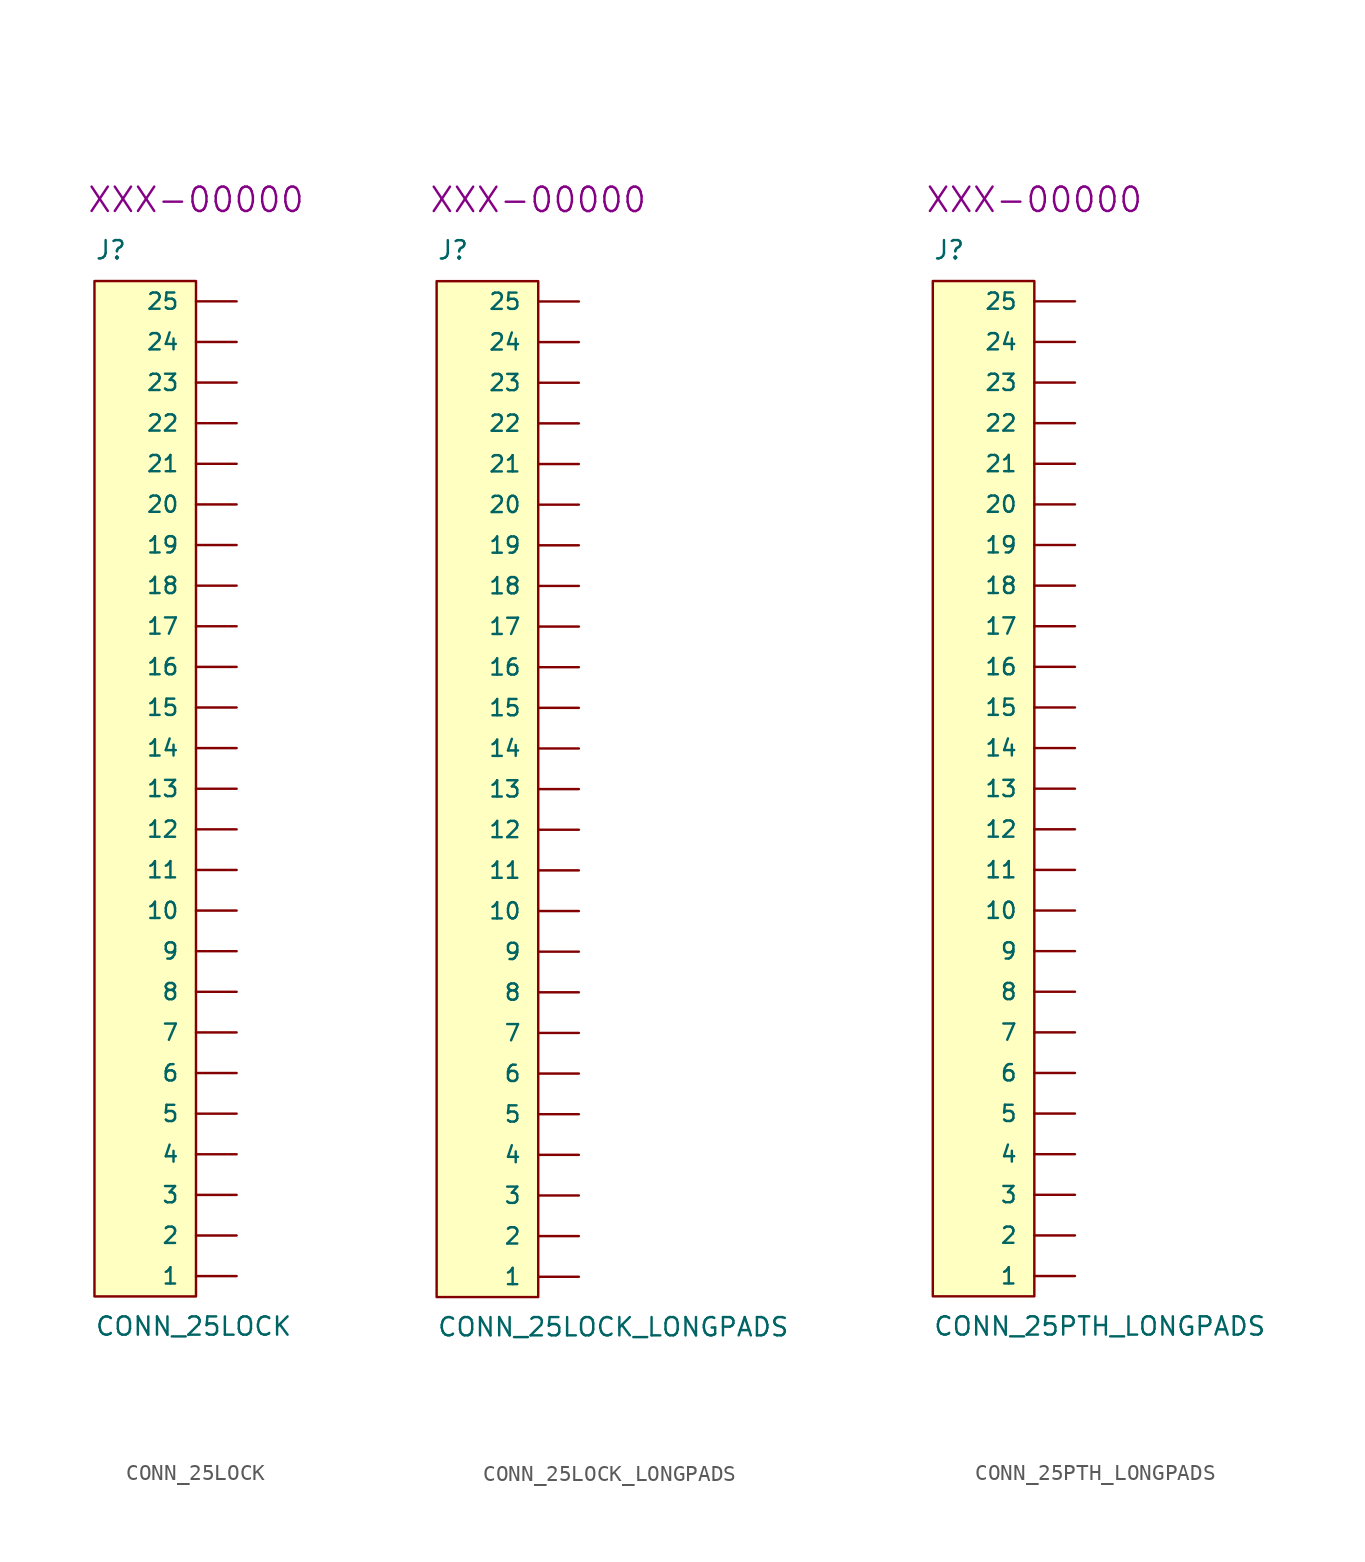
<source format=kicad_sym>
(kicad_symbol_lib
  (version 20220914)
  (generator kicad_symbol_editor)
  (symbol "CONN_25LOCK"
    (pin_numbers hide)
    (pin_names
      (offset 1.016))
    (property "Reference" "J"
      (at -6.35 63.5 0)
      (effects (font (size 1.143 1.143)) (justify left bottom)))
    (property "Value" "CONN_25LOCK"
      (at -6.35 -3.81 0)
      (effects (font (size 1.143 1.143)) (justify left bottom)))
    (property "Field4" "XXX-00000"
      (at 0 67.31 0)
      (effects (font (size 1.524 1.524))))
    (property "ki_locked" ""
      (at 0 0 0)
      (effects (font (size 1.27 1.27))))
    (symbol "CONN_25LOCK_0_1"
      (rectangle (start 0 -1.27) (end -6.35 62.23) (stroke (width 0) (type solid)) (fill (type background))))
    (symbol "CONN_25LOCK_1_1"
      (pin passive line (at 2.54 0 180) (length 2.54) (name "1" (effects (font (size 1.016 1.016)))) (number "1" (effects (font (size 1.016 1.016)))))
      (pin passive line (at 2.54 22.86 180) (length 2.54) (name "10" (effects (font (size 1.016 1.016)))) (number "10" (effects (font (size 1.016 1.016)))))
      (pin passive line (at 2.54 25.4 180) (length 2.54) (name "11" (effects (font (size 1.016 1.016)))) (number "11" (effects (font (size 1.016 1.016)))))
      (pin passive line (at 2.54 27.94 180) (length 2.54) (name "12" (effects (font (size 1.016 1.016)))) (number "12" (effects (font (size 1.016 1.016)))))
      (pin passive line (at 2.54 30.48 180) (length 2.54) (name "13" (effects (font (size 1.016 1.016)))) (number "13" (effects (font (size 1.016 1.016)))))
      (pin passive line (at 2.54 33.02 180) (length 2.54) (name "14" (effects (font (size 1.016 1.016)))) (number "14" (effects (font (size 1.016 1.016)))))
      (pin passive line (at 2.54 35.56 180) (length 2.54) (name "15" (effects (font (size 1.016 1.016)))) (number "15" (effects (font (size 1.016 1.016)))))
      (pin passive line (at 2.54 38.1 180) (length 2.54) (name "16" (effects (font (size 1.016 1.016)))) (number "16" (effects (font (size 1.016 1.016)))))
      (pin passive line (at 2.54 40.64 180) (length 2.54) (name "17" (effects (font (size 1.016 1.016)))) (number "17" (effects (font (size 1.016 1.016)))))
      (pin passive line (at 2.54 43.18 180) (length 2.54) (name "18" (effects (font (size 1.016 1.016)))) (number "18" (effects (font (size 1.016 1.016)))))
      (pin passive line (at 2.54 45.72 180) (length 2.54) (name "19" (effects (font (size 1.016 1.016)))) (number "19" (effects (font (size 1.016 1.016)))))
      (pin passive line (at 2.54 2.54 180) (length 2.54) (name "2" (effects (font (size 1.016 1.016)))) (number "2" (effects (font (size 1.016 1.016)))))
      (pin passive line (at 2.54 48.26 180) (length 2.54) (name "20" (effects (font (size 1.016 1.016)))) (number "20" (effects (font (size 1.016 1.016)))))
      (pin passive line (at 2.54 50.8 180) (length 2.54) (name "21" (effects (font (size 1.016 1.016)))) (number "21" (effects (font (size 1.016 1.016)))))
      (pin passive line (at 2.54 53.34 180) (length 2.54) (name "22" (effects (font (size 1.016 1.016)))) (number "22" (effects (font (size 1.016 1.016)))))
      (pin passive line (at 2.54 55.88 180) (length 2.54) (name "23" (effects (font (size 1.016 1.016)))) (number "23" (effects (font (size 1.016 1.016)))))
      (pin passive line (at 2.54 58.42 180) (length 2.54) (name "24" (effects (font (size 1.016 1.016)))) (number "24" (effects (font (size 1.016 1.016)))))
      (pin passive line (at 2.54 60.96 180) (length 2.54) (name "25" (effects (font (size 1.016 1.016)))) (number "25" (effects (font (size 1.016 1.016)))))
      (pin passive line (at 2.54 5.08 180) (length 2.54) (name "3" (effects (font (size 1.016 1.016)))) (number "3" (effects (font (size 1.016 1.016)))))
      (pin passive line (at 2.54 7.62 180) (length 2.54) (name "4" (effects (font (size 1.016 1.016)))) (number "4" (effects (font (size 1.016 1.016)))))
      (pin passive line (at 2.54 10.16 180) (length 2.54) (name "5" (effects (font (size 1.016 1.016)))) (number "5" (effects (font (size 1.016 1.016)))))
      (pin passive line (at 2.54 12.7 180) (length 2.54) (name "6" (effects (font (size 1.016 1.016)))) (number "6" (effects (font (size 1.016 1.016)))))
      (pin passive line (at 2.54 15.24 180) (length 2.54) (name "7" (effects (font (size 1.016 1.016)))) (number "7" (effects (font (size 1.016 1.016)))))
      (pin passive line (at 2.54 17.78 180) (length 2.54) (name "8" (effects (font (size 1.016 1.016)))) (number "8" (effects (font (size 1.016 1.016)))))
      (pin passive line (at 2.54 20.32 180) (length 2.54) (name "9" (effects (font (size 1.016 1.016)))) (number "9" (effects (font (size 1.016 1.016)))))))
  (symbol "CONN_25LOCK_LONGPADS"
    (pin_numbers hide)
    (pin_names
      (offset 1.016))
    (property "Reference" "J"
      (at -6.35 63.5 0)
      (effects (font (size 1.143 1.143)) (justify left bottom)))
    (property "Value" "CONN_25LOCK_LONGPADS"
      (at -6.35 -3.81 0)
      (effects (font (size 1.143 1.143)) (justify left bottom)))
    (property "Field4" "XXX-00000"
      (at 0 67.31 0)
      (effects (font (size 1.524 1.524))))
    (property "ki_locked" ""
      (at 0 0 0)
      (effects (font (size 1.27 1.27))))
    (symbol "CONN_25LOCK_LONGPADS_0_1"
      (rectangle (start 0 -1.27) (end -6.35 62.23) (stroke (width 0) (type solid)) (fill (type background))))
    (symbol "CONN_25LOCK_LONGPADS_1_1"
      (pin passive line (at 2.54 0 180) (length 2.54) (name "1" (effects (font (size 1.016 1.016)))) (number "1" (effects (font (size 1.016 1.016)))))
      (pin passive line (at 2.54 22.86 180) (length 2.54) (name "10" (effects (font (size 1.016 1.016)))) (number "10" (effects (font (size 1.016 1.016)))))
      (pin passive line (at 2.54 25.4 180) (length 2.54) (name "11" (effects (font (size 1.016 1.016)))) (number "11" (effects (font (size 1.016 1.016)))))
      (pin passive line (at 2.54 27.94 180) (length 2.54) (name "12" (effects (font (size 1.016 1.016)))) (number "12" (effects (font (size 1.016 1.016)))))
      (pin passive line (at 2.54 30.48 180) (length 2.54) (name "13" (effects (font (size 1.016 1.016)))) (number "13" (effects (font (size 1.016 1.016)))))
      (pin passive line (at 2.54 33.02 180) (length 2.54) (name "14" (effects (font (size 1.016 1.016)))) (number "14" (effects (font (size 1.016 1.016)))))
      (pin passive line (at 2.54 35.56 180) (length 2.54) (name "15" (effects (font (size 1.016 1.016)))) (number "15" (effects (font (size 1.016 1.016)))))
      (pin passive line (at 2.54 38.1 180) (length 2.54) (name "16" (effects (font (size 1.016 1.016)))) (number "16" (effects (font (size 1.016 1.016)))))
      (pin passive line (at 2.54 40.64 180) (length 2.54) (name "17" (effects (font (size 1.016 1.016)))) (number "17" (effects (font (size 1.016 1.016)))))
      (pin passive line (at 2.54 43.18 180) (length 2.54) (name "18" (effects (font (size 1.016 1.016)))) (number "18" (effects (font (size 1.016 1.016)))))
      (pin passive line (at 2.54 45.72 180) (length 2.54) (name "19" (effects (font (size 1.016 1.016)))) (number "19" (effects (font (size 1.016 1.016)))))
      (pin passive line (at 2.54 2.54 180) (length 2.54) (name "2" (effects (font (size 1.016 1.016)))) (number "2" (effects (font (size 1.016 1.016)))))
      (pin passive line (at 2.54 48.26 180) (length 2.54) (name "20" (effects (font (size 1.016 1.016)))) (number "20" (effects (font (size 1.016 1.016)))))
      (pin passive line (at 2.54 50.8 180) (length 2.54) (name "21" (effects (font (size 1.016 1.016)))) (number "21" (effects (font (size 1.016 1.016)))))
      (pin passive line (at 2.54 53.34 180) (length 2.54) (name "22" (effects (font (size 1.016 1.016)))) (number "22" (effects (font (size 1.016 1.016)))))
      (pin passive line (at 2.54 55.88 180) (length 2.54) (name "23" (effects (font (size 1.016 1.016)))) (number "23" (effects (font (size 1.016 1.016)))))
      (pin passive line (at 2.54 58.42 180) (length 2.54) (name "24" (effects (font (size 1.016 1.016)))) (number "24" (effects (font (size 1.016 1.016)))))
      (pin passive line (at 2.54 60.96 180) (length 2.54) (name "25" (effects (font (size 1.016 1.016)))) (number "25" (effects (font (size 1.016 1.016)))))
      (pin passive line (at 2.54 5.08 180) (length 2.54) (name "3" (effects (font (size 1.016 1.016)))) (number "3" (effects (font (size 1.016 1.016)))))
      (pin passive line (at 2.54 7.62 180) (length 2.54) (name "4" (effects (font (size 1.016 1.016)))) (number "4" (effects (font (size 1.016 1.016)))))
      (pin passive line (at 2.54 10.16 180) (length 2.54) (name "5" (effects (font (size 1.016 1.016)))) (number "5" (effects (font (size 1.016 1.016)))))
      (pin passive line (at 2.54 12.7 180) (length 2.54) (name "6" (effects (font (size 1.016 1.016)))) (number "6" (effects (font (size 1.016 1.016)))))
      (pin passive line (at 2.54 15.24 180) (length 2.54) (name "7" (effects (font (size 1.016 1.016)))) (number "7" (effects (font (size 1.016 1.016)))))
      (pin passive line (at 2.54 17.78 180) (length 2.54) (name "8" (effects (font (size 1.016 1.016)))) (number "8" (effects (font (size 1.016 1.016)))))
      (pin passive line (at 2.54 20.32 180) (length 2.54) (name "9" (effects (font (size 1.016 1.016)))) (number "9" (effects (font (size 1.016 1.016)))))))
  (symbol "CONN_25PTH_LONGPADS"
    (pin_numbers hide)
    (pin_names
      (offset 1.016))
    (property "Reference" "J"
      (at -6.35 63.5 0)
      (effects (font (size 1.143 1.143)) (justify left bottom)))
    (property "Value" "CONN_25PTH_LONGPADS"
      (at -6.35 -3.81 0)
      (effects (font (size 1.143 1.143)) (justify left bottom)))
    (property "Field4" "XXX-00000"
      (at 0 67.31 0)
      (effects (font (size 1.524 1.524))))
    (property "ki_locked" ""
      (at 0 0 0)
      (effects (font (size 1.27 1.27))))
    (symbol "CONN_25PTH_LONGPADS_0_1"
      (rectangle (start 0 -1.27) (end -6.35 62.23) (stroke (width 0) (type solid)) (fill (type background))))
    (symbol "CONN_25PTH_LONGPADS_1_1"
      (pin passive line (at 2.54 0 180) (length 2.54) (name "1" (effects (font (size 1.016 1.016)))) (number "1" (effects (font (size 1.016 1.016)))))
      (pin passive line (at 2.54 22.86 180) (length 2.54) (name "10" (effects (font (size 1.016 1.016)))) (number "10" (effects (font (size 1.016 1.016)))))
      (pin passive line (at 2.54 25.4 180) (length 2.54) (name "11" (effects (font (size 1.016 1.016)))) (number "11" (effects (font (size 1.016 1.016)))))
      (pin passive line (at 2.54 27.94 180) (length 2.54) (name "12" (effects (font (size 1.016 1.016)))) (number "12" (effects (font (size 1.016 1.016)))))
      (pin passive line (at 2.54 30.48 180) (length 2.54) (name "13" (effects (font (size 1.016 1.016)))) (number "13" (effects (font (size 1.016 1.016)))))
      (pin passive line (at 2.54 33.02 180) (length 2.54) (name "14" (effects (font (size 1.016 1.016)))) (number "14" (effects (font (size 1.016 1.016)))))
      (pin passive line (at 2.54 35.56 180) (length 2.54) (name "15" (effects (font (size 1.016 1.016)))) (number "15" (effects (font (size 1.016 1.016)))))
      (pin passive line (at 2.54 38.1 180) (length 2.54) (name "16" (effects (font (size 1.016 1.016)))) (number "16" (effects (font (size 1.016 1.016)))))
      (pin passive line (at 2.54 40.64 180) (length 2.54) (name "17" (effects (font (size 1.016 1.016)))) (number "17" (effects (font (size 1.016 1.016)))))
      (pin passive line (at 2.54 43.18 180) (length 2.54) (name "18" (effects (font (size 1.016 1.016)))) (number "18" (effects (font (size 1.016 1.016)))))
      (pin passive line (at 2.54 45.72 180) (length 2.54) (name "19" (effects (font (size 1.016 1.016)))) (number "19" (effects (font (size 1.016 1.016)))))
      (pin passive line (at 2.54 2.54 180) (length 2.54) (name "2" (effects (font (size 1.016 1.016)))) (number "2" (effects (font (size 1.016 1.016)))))
      (pin passive line (at 2.54 48.26 180) (length 2.54) (name "20" (effects (font (size 1.016 1.016)))) (number "20" (effects (font (size 1.016 1.016)))))
      (pin passive line (at 2.54 50.8 180) (length 2.54) (name "21" (effects (font (size 1.016 1.016)))) (number "21" (effects (font (size 1.016 1.016)))))
      (pin passive line (at 2.54 53.34 180) (length 2.54) (name "22" (effects (font (size 1.016 1.016)))) (number "22" (effects (font (size 1.016 1.016)))))
      (pin passive line (at 2.54 55.88 180) (length 2.54) (name "23" (effects (font (size 1.016 1.016)))) (number "23" (effects (font (size 1.016 1.016)))))
      (pin passive line (at 2.54 58.42 180) (length 2.54) (name "24" (effects (font (size 1.016 1.016)))) (number "24" (effects (font (size 1.016 1.016)))))
      (pin passive line (at 2.54 60.96 180) (length 2.54) (name "25" (effects (font (size 1.016 1.016)))) (number "25" (effects (font (size 1.016 1.016)))))
      (pin passive line (at 2.54 5.08 180) (length 2.54) (name "3" (effects (font (size 1.016 1.016)))) (number "3" (effects (font (size 1.016 1.016)))))
      (pin passive line (at 2.54 7.62 180) (length 2.54) (name "4" (effects (font (size 1.016 1.016)))) (number "4" (effects (font (size 1.016 1.016)))))
      (pin passive line (at 2.54 10.16 180) (length 2.54) (name "5" (effects (font (size 1.016 1.016)))) (number "5" (effects (font (size 1.016 1.016)))))
      (pin passive line (at 2.54 12.7 180) (length 2.54) (name "6" (effects (font (size 1.016 1.016)))) (number "6" (effects (font (size 1.016 1.016)))))
      (pin passive line (at 2.54 15.24 180) (length 2.54) (name "7" (effects (font (size 1.016 1.016)))) (number "7" (effects (font (size 1.016 1.016)))))
      (pin passive line (at 2.54 17.78 180) (length 2.54) (name "8" (effects (font (size 1.016 1.016)))) (number "8" (effects (font (size 1.016 1.016)))))
      (pin passive line (at 2.54 20.32 180) (length 2.54) (name "9" (effects (font (size 1.016 1.016)))) (number "9" (effects (font (size 1.016 1.016))))))))
</source>
